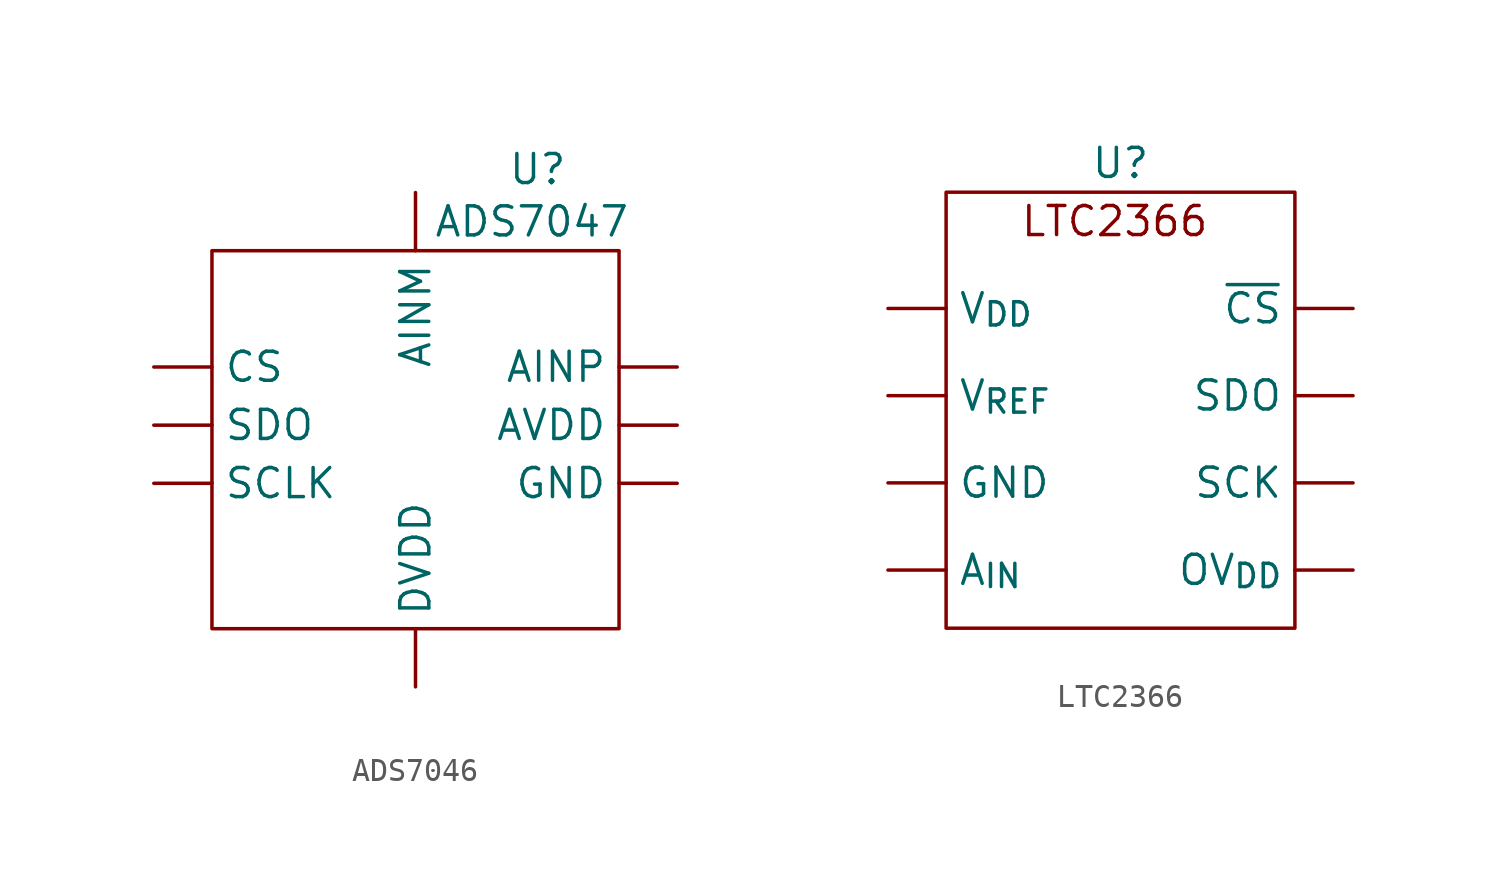
<source format=kicad_sym>
(kicad_symbol_lib
  (version 20241209)
  (generator "kicad_symbol_editor")
  (generator_version "9.0")
  (symbol "ADS7046"
    (property "Reference" "U"
      (at 5.334 11.176 0)
      (effects (font (size 1.27 1.27))))
    (property "Value" "ADS7047"
      (at 5.08 8.89 0)
      (effects (font (size 1.27 1.27))))
    (symbol "ADS7046_0_1"
      (rectangle (start -8.89 7.62) (end 8.89 -8.89) (stroke (width 0) (type default)) (fill (type none))))
    (symbol "ADS7046_1_1"
      (pin input line (at -11.43 2.54 0) (length 2.54) (name "CS" (effects (font (size 1.27 1.27)))) (number "" (effects (font (size 1.27 1.27)))))
      (pin input line (at -11.43 0 0) (length 2.54) (name "SDO" (effects (font (size 1.27 1.27)))) (number "" (effects (font (size 1.27 1.27)))))
      (pin input line (at -11.43 -2.54 0) (length 2.54) (name "SCLK" (effects (font (size 1.27 1.27)))) (number "" (effects (font (size 1.27 1.27)))))
      (pin input line (at 0 10.16 270) (length 2.54) (name "AINM" (effects (font (size 1.27 1.27)))) (number "" (effects (font (size 1.27 1.27)))))
      (pin input line (at 0 -11.43 90) (length 2.54) (name "DVDD" (effects (font (size 1.27 1.27)))) (number "" (effects (font (size 1.27 1.27)))))
      (pin input line (at 11.43 2.54 180) (length 2.54) (name "AINP" (effects (font (size 1.27 1.27)))) (number "" (effects (font (size 1.27 1.27)))))
      (pin input line (at 11.43 0 180) (length 2.54) (name "AVDD" (effects (font (size 1.27 1.27)))) (number "" (effects (font (size 1.27 1.27)))))
      (pin input line (at 11.43 -2.54 180) (length 2.54) (name "GND" (effects (font (size 1.27 1.27)))) (number "" (effects (font (size 1.27 1.27)))))))
  (symbol "LTC2366"
    (property "Reference" "U"
      (at 0 0 0)
      (effects (font (size 1.27 1.27))))
    (property "Value" ""
      (at 0 0 0)
      (effects (font (size 1.27 1.27))))
    (symbol "LTC2366_0_1"
      (rectangle (start -7.62 -1.27) (end 7.62 -20.32) (stroke (width 0) (type default)) (fill (type none))))
    (symbol "LTC2366_1_1"
      (text "LTC2366" (at -0.254 -2.54 0) (effects (font (size 1.27 1.27))))
      (pin input line (at -10.16 -6.35 0) (length 2.54) (name "V_{DD}" (effects (font (size 1.27 1.27)))) (number "" (effects (font (size 1.27 1.27)))))
      (pin input line (at -10.16 -10.16 0) (length 2.54) (name "V_{REF}" (effects (font (size 1.27 1.27)))) (number "" (effects (font (size 1.27 1.27)))))
      (pin input line (at -10.16 -13.97 0) (length 2.54) (name "GND" (effects (font (size 1.27 1.27)))) (number "" (effects (font (size 1.27 1.27)))))
      (pin input line (at -10.16 -17.78 0) (length 2.54) (name "A_{IN}" (effects (font (size 1.27 1.27)))) (number "" (effects (font (size 1.27 1.27)))))
      (pin input line (at 10.16 -6.35 180) (length 2.54) (name "~{CS}" (effects (font (size 1.27 1.27)))) (number "" (effects (font (size 1.27 1.27)))))
      (pin output line (at 10.16 -10.16 180) (length 2.54) (name "SDO" (effects (font (size 1.27 1.27)))) (number "" (effects (font (size 1.27 1.27)))))
      (pin output line (at 10.16 -13.97 180) (length 2.54) (name "SCK" (effects (font (size 1.27 1.27)))) (number "" (effects (font (size 1.27 1.27)))))
      (pin input line (at 10.16 -17.78 180) (length 2.54) (name "OV_{DD}" (effects (font (size 1.27 1.27)))) (number "" (effects (font (size 1.27 1.27))))))))
</source>
